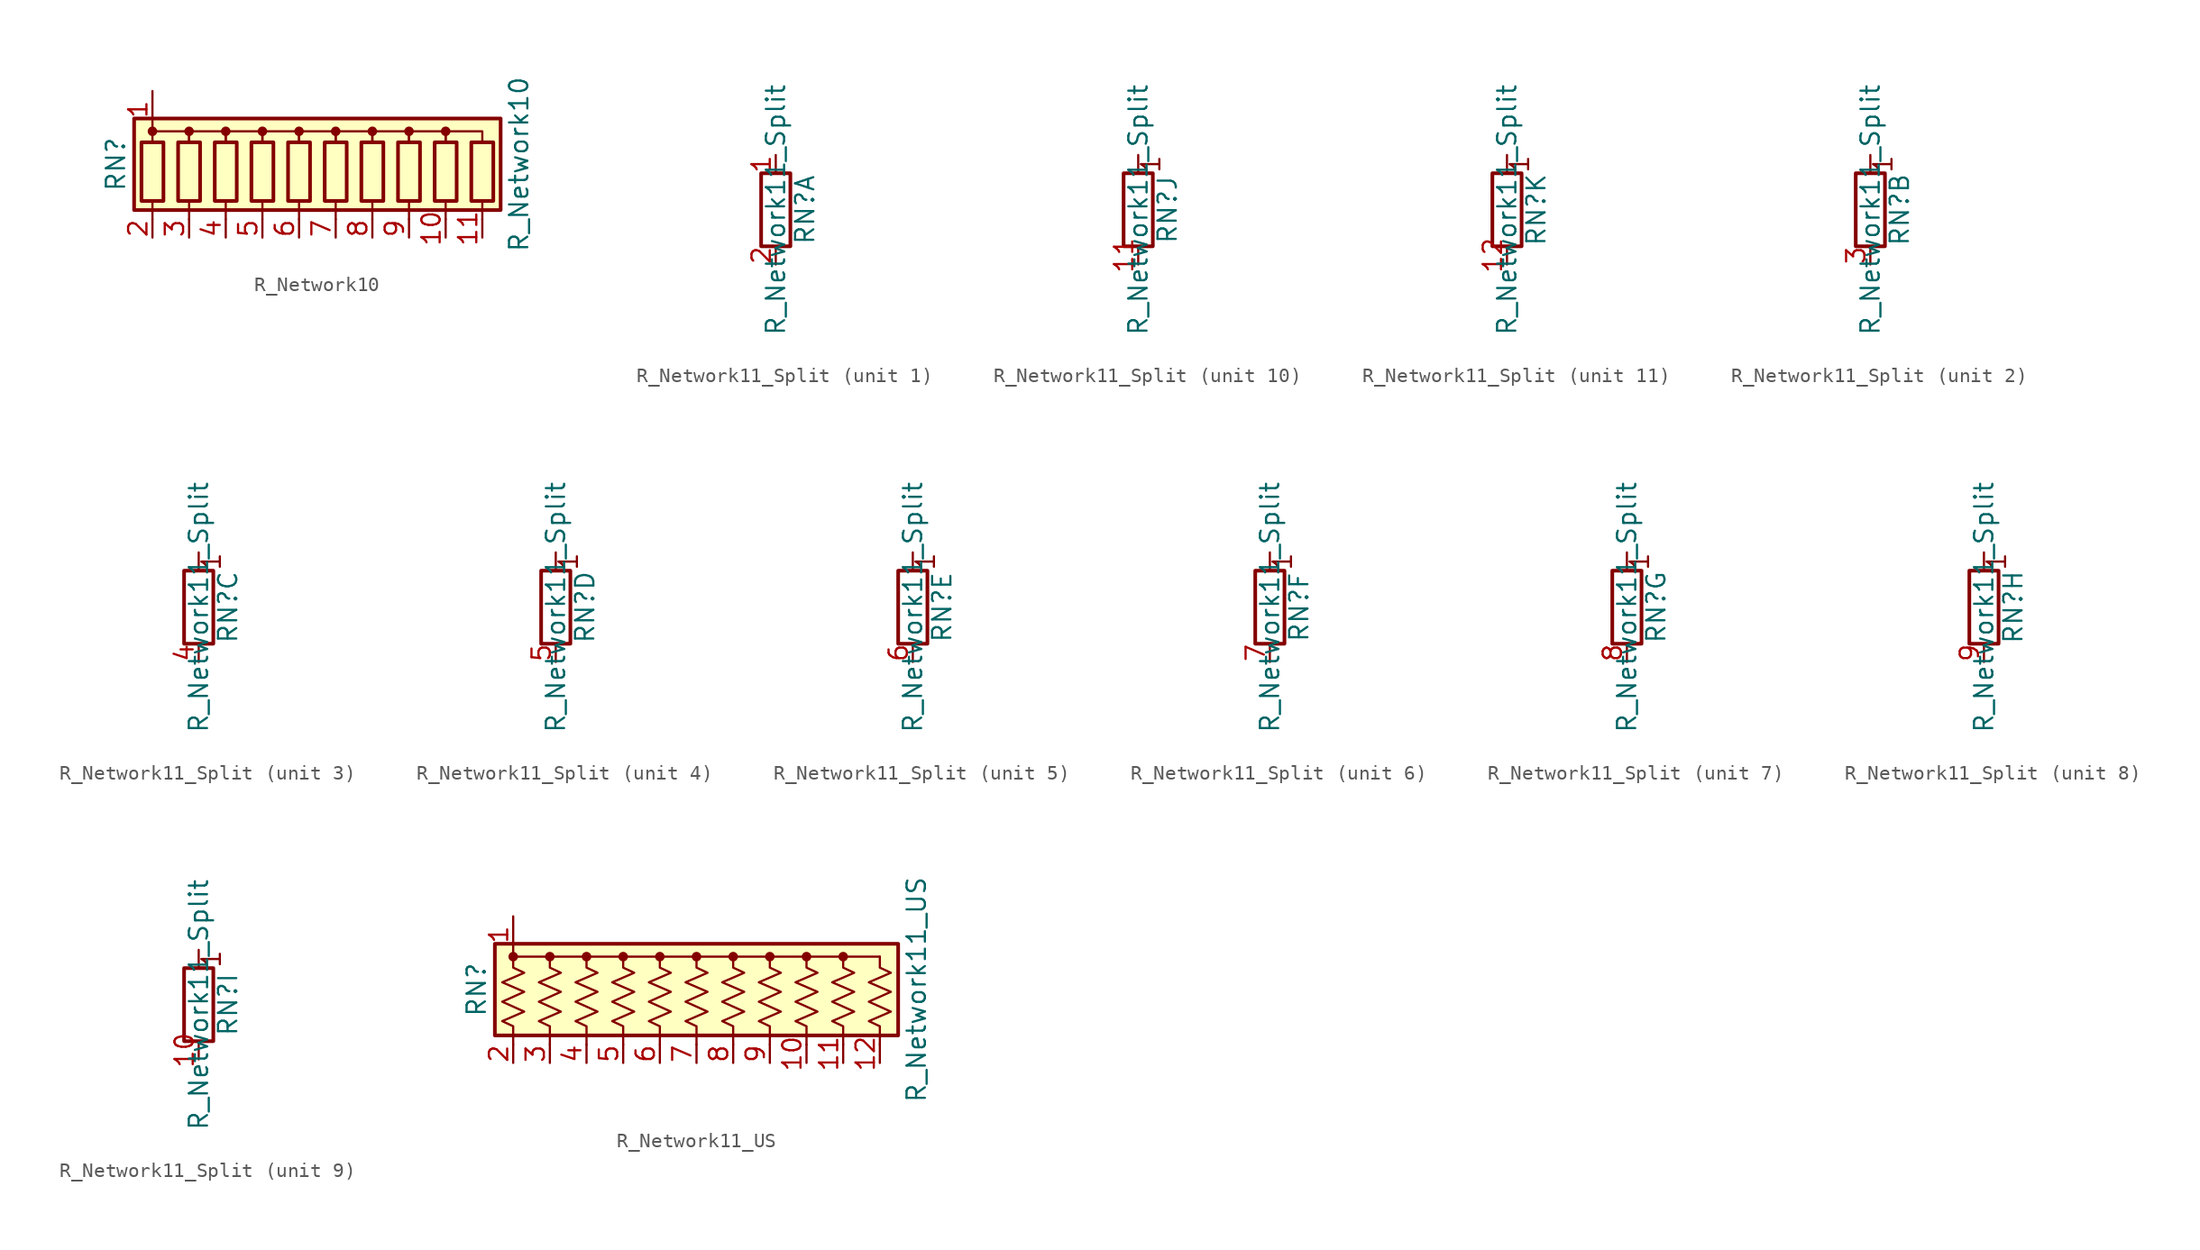
<source format=kicad_sym>
(kicad_symbol_lib
  (version 20211014)
  (generator kicad_symbol_editor)
  (symbol "R_Network10"
    (pin_names
      (offset 0) hide)
    (property "Reference" "RN"
      (at -15.24 0 90)
      (effects (font (size 1.27 1.27))))
    (property "Value" "R_Network10"
      (at 12.7 0 90)
      (effects (font (size 1.27 1.27))))
    (symbol "R_Network10_0_1"
      (rectangle (start -13.97 -3.175) (end 11.43 3.175) (stroke (width 0.254) (type default) (color 0 0 0 0)) (fill (type background)))
      (rectangle (start -13.462 1.524) (end -11.938 -2.54) (stroke (width 0.254) (type default) (color 0 0 0 0)) (fill (type none)))
      (circle (center -12.7 2.286) (radius 0.254) (stroke (width 0) (type default) (color 0 0 0 0)) (fill (type outline)))
      (rectangle (start -10.922 1.524) (end -9.398 -2.54) (stroke (width 0.254) (type default) (color 0 0 0 0)) (fill (type none)))
      (circle (center -10.16 2.286) (radius 0.254) (stroke (width 0) (type default) (color 0 0 0 0)) (fill (type outline)))
      (rectangle (start -8.382 1.524) (end -6.858 -2.54) (stroke (width 0.254) (type default) (color 0 0 0 0)) (fill (type none)))
      (circle (center -7.62 2.286) (radius 0.254) (stroke (width 0) (type default) (color 0 0 0 0)) (fill (type outline)))
      (rectangle (start -5.842 1.524) (end -4.318 -2.54) (stroke (width 0.254) (type default) (color 0 0 0 0)) (fill (type none)))
      (circle (center -5.08 2.286) (radius 0.254) (stroke (width 0) (type default) (color 0 0 0 0)) (fill (type outline)))
      (rectangle (start -3.302 1.524) (end -1.778 -2.54) (stroke (width 0.254) (type default) (color 0 0 0 0)) (fill (type none)))
      (circle (center -2.54 2.286) (radius 0.254) (stroke (width 0) (type default) (color 0 0 0 0)) (fill (type outline)))
      (rectangle (start -0.762 1.524) (end 0.762 -2.54) (stroke (width 0.254) (type default) (color 0 0 0 0)) (fill (type none)))
      (polyline (pts (xy -12.7 -2.54) (xy -12.7 -3.81)) (stroke (width 0) (type default) (color 0 0 0 0)) (fill (type none)))
      (polyline (pts (xy -10.16 -2.54) (xy -10.16 -3.81)) (stroke (width 0) (type default) (color 0 0 0 0)) (fill (type none)))
      (polyline (pts (xy -7.62 -2.54) (xy -7.62 -3.81)) (stroke (width 0) (type default) (color 0 0 0 0)) (fill (type none)))
      (polyline (pts (xy -5.08 -2.54) (xy -5.08 -3.81)) (stroke (width 0) (type default) (color 0 0 0 0)) (fill (type none)))
      (polyline (pts (xy -2.54 -2.54) (xy -2.54 -3.81)) (stroke (width 0) (type default) (color 0 0 0 0)) (fill (type none)))
      (polyline (pts (xy 0 -2.54) (xy 0 -3.81)) (stroke (width 0) (type default) (color 0 0 0 0)) (fill (type none)))
      (polyline (pts (xy 2.54 -2.54) (xy 2.54 -3.81)) (stroke (width 0) (type default) (color 0 0 0 0)) (fill (type none)))
      (polyline (pts (xy 5.08 -2.54) (xy 5.08 -3.81)) (stroke (width 0) (type default) (color 0 0 0 0)) (fill (type none)))
      (polyline (pts (xy 7.62 -2.54) (xy 7.62 -3.81)) (stroke (width 0) (type default) (color 0 0 0 0)) (fill (type none)))
      (polyline (pts (xy 10.16 -2.54) (xy 10.16 -3.81)) (stroke (width 0) (type default) (color 0 0 0 0)) (fill (type none)))
      (polyline (pts (xy -12.7 1.524) (xy -12.7 2.286) (xy -10.16 2.286) (xy -10.16 1.524)) (stroke (width 0) (type default) (color 0 0 0 0)) (fill (type none)))
      (polyline (pts (xy -10.16 1.524) (xy -10.16 2.286) (xy -7.62 2.286) (xy -7.62 1.524)) (stroke (width 0) (type default) (color 0 0 0 0)) (fill (type none)))
      (polyline (pts (xy -7.62 1.524) (xy -7.62 2.286) (xy -5.08 2.286) (xy -5.08 1.524)) (stroke (width 0) (type default) (color 0 0 0 0)) (fill (type none)))
      (polyline (pts (xy -5.08 1.524) (xy -5.08 2.286) (xy -2.54 2.286) (xy -2.54 1.524)) (stroke (width 0) (type default) (color 0 0 0 0)) (fill (type none)))
      (polyline (pts (xy -2.54 1.524) (xy -2.54 2.286) (xy 0 2.286) (xy 0 1.524)) (stroke (width 0) (type default) (color 0 0 0 0)) (fill (type none)))
      (polyline (pts (xy 0 1.524) (xy 0 2.286) (xy 2.54 2.286) (xy 2.54 1.524)) (stroke (width 0) (type default) (color 0 0 0 0)) (fill (type none)))
      (polyline (pts (xy 2.54 1.524) (xy 2.54 2.286) (xy 5.08 2.286) (xy 5.08 1.524)) (stroke (width 0) (type default) (color 0 0 0 0)) (fill (type none)))
      (polyline (pts (xy 5.08 1.524) (xy 5.08 2.286) (xy 7.62 2.286) (xy 7.62 1.524)) (stroke (width 0) (type default) (color 0 0 0 0)) (fill (type none)))
      (polyline (pts (xy 7.62 1.524) (xy 7.62 2.286) (xy 10.16 2.286) (xy 10.16 1.524)) (stroke (width 0) (type default) (color 0 0 0 0)) (fill (type none)))
      (circle (center 0 2.286) (radius 0.254) (stroke (width 0) (type default) (color 0 0 0 0)) (fill (type outline)))
      (rectangle (start 1.778 1.524) (end 3.302 -2.54) (stroke (width 0.254) (type default) (color 0 0 0 0)) (fill (type none)))
      (circle (center 2.54 2.286) (radius 0.254) (stroke (width 0) (type default) (color 0 0 0 0)) (fill (type outline)))
      (rectangle (start 4.318 1.524) (end 5.842 -2.54) (stroke (width 0.254) (type default) (color 0 0 0 0)) (fill (type none)))
      (circle (center 5.08 2.286) (radius 0.254) (stroke (width 0) (type default) (color 0 0 0 0)) (fill (type outline)))
      (rectangle (start 6.858 1.524) (end 8.382 -2.54) (stroke (width 0.254) (type default) (color 0 0 0 0)) (fill (type none)))
      (circle (center 7.62 2.286) (radius 0.254) (stroke (width 0) (type default) (color 0 0 0 0)) (fill (type outline)))
      (rectangle (start 9.398 1.524) (end 10.922 -2.54) (stroke (width 0.254) (type default) (color 0 0 0 0)) (fill (type none))))
    (symbol "R_Network10_1_1"
      (pin passive line (at -12.7 5.08 270) (length 2.54) (name "common" (effects (font (size 1.27 1.27)))) (number "1" (effects (font (size 1.27 1.27)))))
      (pin passive line (at 7.62 -5.08 90) (length 1.27) (name "R9" (effects (font (size 1.27 1.27)))) (number "10" (effects (font (size 1.27 1.27)))))
      (pin passive line (at 10.16 -5.08 90) (length 1.27) (name "R10" (effects (font (size 1.27 1.27)))) (number "11" (effects (font (size 1.27 1.27)))))
      (pin passive line (at -12.7 -5.08 90) (length 1.27) (name "R1" (effects (font (size 1.27 1.27)))) (number "2" (effects (font (size 1.27 1.27)))))
      (pin passive line (at -10.16 -5.08 90) (length 1.27) (name "R2" (effects (font (size 1.27 1.27)))) (number "3" (effects (font (size 1.27 1.27)))))
      (pin passive line (at -7.62 -5.08 90) (length 1.27) (name "R3" (effects (font (size 1.27 1.27)))) (number "4" (effects (font (size 1.27 1.27)))))
      (pin passive line (at -5.08 -5.08 90) (length 1.27) (name "R4" (effects (font (size 1.27 1.27)))) (number "5" (effects (font (size 1.27 1.27)))))
      (pin passive line (at -2.54 -5.08 90) (length 1.27) (name "R5" (effects (font (size 1.27 1.27)))) (number "6" (effects (font (size 1.27 1.27)))))
      (pin passive line (at 0 -5.08 90) (length 1.27) (name "R6" (effects (font (size 1.27 1.27)))) (number "7" (effects (font (size 1.27 1.27)))))
      (pin passive line (at 2.54 -5.08 90) (length 1.27) (name "R7" (effects (font (size 1.27 1.27)))) (number "8" (effects (font (size 1.27 1.27)))))
      (pin passive line (at 5.08 -5.08 90) (length 1.27) (name "R8" (effects (font (size 1.27 1.27)))) (number "9" (effects (font (size 1.27 1.27)))))))
  (symbol "R_Network11_Split"
    (pin_names
      (offset 0) hide)
    (property "Reference" "RN"
      (at 2.032 0 90)
      (effects (font (size 1.27 1.27))))
    (property "Value" "R_Network11_Split"
      (at 0 0 90)
      (effects (font (size 1.27 1.27))))
    (symbol "R_Network11_Split_0_1"
      (rectangle (start 1.016 2.54) (end -1.016 -2.54) (stroke (width 0.254) (type default) (color 0 0 0 0)) (fill (type none))))
    (symbol "R_Network11_Split_1_1"
      (pin passive line (at 0 3.81 270) (length 1.27) (name "R1.1" (effects (font (size 1.27 1.27)))) (number "1" (effects (font (size 1.27 1.27)))))
      (pin passive line (at 0 -3.81 90) (length 1.27) (name "R1.2" (effects (font (size 1.27 1.27)))) (number "2" (effects (font (size 1.27 1.27))))))
    (symbol "R_Network11_Split_2_1"
      (polyline (pts (xy 0 2.54) (xy 0 3.81)) (stroke (width 0) (type default) (color 0 0 0 0)) (fill (type none)))
      (text "1" (at 0.889 3.175 900) (effects (font (size 1.27 1.27))))
      (pin passive line (at 0 -3.81 90) (length 1.27) (name "R2.2" (effects (font (size 1.27 1.27)))) (number "3" (effects (font (size 1.27 1.27))))))
    (symbol "R_Network11_Split_3_1"
      (polyline (pts (xy 0 2.54) (xy 0 3.81)) (stroke (width 0) (type default) (color 0 0 0 0)) (fill (type none)))
      (text "1" (at 0.889 3.175 900) (effects (font (size 1.27 1.27))))
      (pin passive line (at 0 -3.81 90) (length 1.27) (name "R3.2" (effects (font (size 1.27 1.27)))) (number "4" (effects (font (size 1.27 1.27))))))
    (symbol "R_Network11_Split_4_1"
      (polyline (pts (xy 0 2.54) (xy 0 3.81)) (stroke (width 0) (type default) (color 0 0 0 0)) (fill (type none)))
      (text "1" (at 0.889 3.175 900) (effects (font (size 1.27 1.27))))
      (pin passive line (at 0 -3.81 90) (length 1.27) (name "R4.2" (effects (font (size 1.27 1.27)))) (number "5" (effects (font (size 1.27 1.27))))))
    (symbol "R_Network11_Split_5_1"
      (polyline (pts (xy 0 2.54) (xy 0 3.81)) (stroke (width 0) (type default) (color 0 0 0 0)) (fill (type none)))
      (text "1" (at 0.889 3.175 900) (effects (font (size 1.27 1.27))))
      (pin passive line (at 0 -3.81 90) (length 1.27) (name "R5.2" (effects (font (size 1.27 1.27)))) (number "6" (effects (font (size 1.27 1.27))))))
    (symbol "R_Network11_Split_6_1"
      (polyline (pts (xy 0 2.54) (xy 0 3.81)) (stroke (width 0) (type default) (color 0 0 0 0)) (fill (type none)))
      (text "1" (at 0.889 3.175 900) (effects (font (size 1.27 1.27))))
      (pin passive line (at 0 -3.81 90) (length 1.27) (name "R6.2" (effects (font (size 1.27 1.27)))) (number "7" (effects (font (size 1.27 1.27))))))
    (symbol "R_Network11_Split_7_1"
      (polyline (pts (xy 0 2.54) (xy 0 3.81)) (stroke (width 0) (type default) (color 0 0 0 0)) (fill (type none)))
      (text "1" (at 0.889 3.175 900) (effects (font (size 1.27 1.27))))
      (pin passive line (at 0 -3.81 90) (length 1.27) (name "R7.2" (effects (font (size 1.27 1.27)))) (number "8" (effects (font (size 1.27 1.27))))))
    (symbol "R_Network11_Split_8_1"
      (polyline (pts (xy 0 2.54) (xy 0 3.81)) (stroke (width 0) (type default) (color 0 0 0 0)) (fill (type none)))
      (text "1" (at 0.889 3.175 900) (effects (font (size 1.27 1.27))))
      (pin passive line (at 0 -3.81 90) (length 1.27) (name "R8.2" (effects (font (size 1.27 1.27)))) (number "9" (effects (font (size 1.27 1.27))))))
    (symbol "R_Network11_Split_9_1"
      (polyline (pts (xy 0 2.54) (xy 0 3.81)) (stroke (width 0) (type default) (color 0 0 0 0)) (fill (type none)))
      (text "1" (at 0.889 3.175 900) (effects (font (size 1.27 1.27))))
      (pin passive line (at 0 -3.81 90) (length 1.27) (name "R9.2" (effects (font (size 1.27 1.27)))) (number "10" (effects (font (size 1.27 1.27))))))
    (symbol "R_Network11_Split_10_1"
      (polyline (pts (xy 0 2.54) (xy 0 3.81)) (stroke (width 0) (type default) (color 0 0 0 0)) (fill (type none)))
      (text "1" (at 0.889 3.175 900) (effects (font (size 1.27 1.27))))
      (pin passive line (at 0 -3.81 90) (length 1.27) (name "R10.2" (effects (font (size 1.27 1.27)))) (number "11" (effects (font (size 1.27 1.27))))))
    (symbol "R_Network11_Split_11_1"
      (polyline (pts (xy 0 2.54) (xy 0 3.81)) (stroke (width 0) (type default) (color 0 0 0 0)) (fill (type none)))
      (text "1" (at 0.889 3.175 900) (effects (font (size 1.27 1.27))))
      (pin passive line (at 0 -3.81 90) (length 1.27) (name "R11.2" (effects (font (size 1.27 1.27)))) (number "12" (effects (font (size 1.27 1.27)))))))
  (symbol "R_Network11_US"
    (pin_names
      (offset 0) hide)
    (property "Reference" "RN"
      (at -15.24 0 90)
      (effects (font (size 1.27 1.27))))
    (property "Value" "R_Network11_US"
      (at 15.24 0 90)
      (effects (font (size 1.27 1.27))))
    (symbol "R_Network11_US_0_1"
      (rectangle (start -13.97 -3.175) (end 13.97 3.175) (stroke (width 0.254) (type default) (color 0 0 0 0)) (fill (type background)))
      (circle (center -12.7 2.286) (radius 0.254) (stroke (width 0) (type default) (color 0 0 0 0)) (fill (type outline)))
      (circle (center -10.16 2.286) (radius 0.254) (stroke (width 0) (type default) (color 0 0 0 0)) (fill (type outline)))
      (circle (center -7.62 2.286) (radius 0.254) (stroke (width 0) (type default) (color 0 0 0 0)) (fill (type outline)))
      (circle (center -5.08 2.286) (radius 0.254) (stroke (width 0) (type default) (color 0 0 0 0)) (fill (type outline)))
      (circle (center -2.54 2.286) (radius 0.254) (stroke (width 0) (type default) (color 0 0 0 0)) (fill (type outline)))
      (polyline (pts (xy -12.7 2.286) (xy 12.7 2.286)) (stroke (width 0) (type default) (color 0 0 0 0)) (fill (type none)))
      (polyline (pts (xy -12.7 2.286) (xy -12.7 1.524) (xy -11.938 1.168) (xy -13.462 0.508) (xy -11.938 -0.152) (xy -13.462 -0.838) (xy -11.938 -1.524) (xy -13.462 -2.184) (xy -12.7 -2.54) (xy -12.7 -3.81)) (stroke (width 0) (type default) (color 0 0 0 0)) (fill (type none)))
      (polyline (pts (xy -10.16 2.286) (xy -10.16 1.524) (xy -9.398 1.168) (xy -10.922 0.508) (xy -9.398 -0.152) (xy -10.922 -0.838) (xy -9.398 -1.524) (xy -10.922 -2.184) (xy -10.16 -2.54) (xy -10.16 -3.81)) (stroke (width 0) (type default) (color 0 0 0 0)) (fill (type none)))
      (polyline (pts (xy -7.62 2.286) (xy -7.62 1.524) (xy -6.858 1.168) (xy -8.382 0.508) (xy -6.858 -0.152) (xy -8.382 -0.838) (xy -6.858 -1.524) (xy -8.382 -2.184) (xy -7.62 -2.54) (xy -7.62 -3.81)) (stroke (width 0) (type default) (color 0 0 0 0)) (fill (type none)))
      (polyline (pts (xy -5.08 2.286) (xy -5.08 1.524) (xy -4.318 1.168) (xy -5.842 0.508) (xy -4.318 -0.152) (xy -5.842 -0.838) (xy -4.318 -1.524) (xy -5.842 -2.184) (xy -5.08 -2.54) (xy -5.08 -3.81)) (stroke (width 0) (type default) (color 0 0 0 0)) (fill (type none)))
      (polyline (pts (xy -2.54 2.286) (xy -2.54 1.524) (xy -1.778 1.168) (xy -3.302 0.508) (xy -1.778 -0.152) (xy -3.302 -0.838) (xy -1.778 -1.524) (xy -3.302 -2.184) (xy -2.54 -2.54) (xy -2.54 -3.81)) (stroke (width 0) (type default) (color 0 0 0 0)) (fill (type none)))
      (polyline (pts (xy 0 2.286) (xy 0 1.524) (xy 0.762 1.168) (xy -0.762 0.508) (xy 0.762 -0.152) (xy -0.762 -0.838) (xy 0.762 -1.524) (xy -0.762 -2.184) (xy 0 -2.54) (xy 0 -3.81)) (stroke (width 0) (type default) (color 0 0 0 0)) (fill (type none)))
      (polyline (pts (xy 2.54 2.286) (xy 2.54 1.524) (xy 3.302 1.168) (xy 1.778 0.508) (xy 3.302 -0.152) (xy 1.778 -0.838) (xy 3.302 -1.524) (xy 1.778 -2.184) (xy 2.54 -2.54) (xy 2.54 -3.81)) (stroke (width 0) (type default) (color 0 0 0 0)) (fill (type none)))
      (polyline (pts (xy 5.08 2.286) (xy 5.08 1.524) (xy 5.842 1.168) (xy 4.318 0.508) (xy 5.842 -0.152) (xy 4.318 -0.838) (xy 5.842 -1.524) (xy 4.318 -2.184) (xy 5.08 -2.54) (xy 5.08 -3.81)) (stroke (width 0) (type default) (color 0 0 0 0)) (fill (type none)))
      (polyline (pts (xy 7.62 2.286) (xy 7.62 1.524) (xy 8.382 1.168) (xy 6.858 0.508) (xy 8.382 -0.152) (xy 6.858 -0.838) (xy 8.382 -1.524) (xy 6.858 -2.184) (xy 7.62 -2.54) (xy 7.62 -3.81)) (stroke (width 0) (type default) (color 0 0 0 0)) (fill (type none)))
      (polyline (pts (xy 10.16 2.286) (xy 10.16 1.524) (xy 10.922 1.168) (xy 9.398 0.508) (xy 10.922 -0.152) (xy 9.398 -0.838) (xy 10.922 -1.524) (xy 9.398 -2.184) (xy 10.16 -2.54) (xy 10.16 -3.81)) (stroke (width 0) (type default) (color 0 0 0 0)) (fill (type none)))
      (polyline (pts (xy 12.7 2.286) (xy 12.7 1.524) (xy 13.462 1.168) (xy 11.938 0.508) (xy 13.462 -0.152) (xy 11.938 -0.838) (xy 13.462 -1.524) (xy 11.938 -2.184) (xy 12.7 -2.54) (xy 12.7 -3.81)) (stroke (width 0) (type default) (color 0 0 0 0)) (fill (type none)))
      (circle (center 0 2.286) (radius 0.254) (stroke (width 0) (type default) (color 0 0 0 0)) (fill (type outline)))
      (circle (center 2.54 2.286) (radius 0.254) (stroke (width 0) (type default) (color 0 0 0 0)) (fill (type outline)))
      (circle (center 5.08 2.286) (radius 0.254) (stroke (width 0) (type default) (color 0 0 0 0)) (fill (type outline)))
      (circle (center 7.62 2.286) (radius 0.254) (stroke (width 0) (type default) (color 0 0 0 0)) (fill (type outline)))
      (circle (center 10.16 2.286) (radius 0.254) (stroke (width 0) (type default) (color 0 0 0 0)) (fill (type outline))))
    (symbol "R_Network11_US_1_1"
      (pin passive line (at -12.7 5.08 270) (length 2.54) (name "common" (effects (font (size 1.27 1.27)))) (number "1" (effects (font (size 1.27 1.27)))))
      (pin passive line (at 7.62 -5.08 90) (length 1.27) (name "R9" (effects (font (size 1.27 1.27)))) (number "10" (effects (font (size 1.27 1.27)))))
      (pin passive line (at 10.16 -5.08 90) (length 1.27) (name "R10" (effects (font (size 1.27 1.27)))) (number "11" (effects (font (size 1.27 1.27)))))
      (pin passive line (at 12.7 -5.08 90) (length 1.27) (name "R11" (effects (font (size 1.27 1.27)))) (number "12" (effects (font (size 1.27 1.27)))))
      (pin passive line (at -12.7 -5.08 90) (length 1.27) (name "R1" (effects (font (size 1.27 1.27)))) (number "2" (effects (font (size 1.27 1.27)))))
      (pin passive line (at -10.16 -5.08 90) (length 1.27) (name "R2" (effects (font (size 1.27 1.27)))) (number "3" (effects (font (size 1.27 1.27)))))
      (pin passive line (at -7.62 -5.08 90) (length 1.27) (name "R3" (effects (font (size 1.27 1.27)))) (number "4" (effects (font (size 1.27 1.27)))))
      (pin passive line (at -5.08 -5.08 90) (length 1.27) (name "R4" (effects (font (size 1.27 1.27)))) (number "5" (effects (font (size 1.27 1.27)))))
      (pin passive line (at -2.54 -5.08 90) (length 1.27) (name "R5" (effects (font (size 1.27 1.27)))) (number "6" (effects (font (size 1.27 1.27)))))
      (pin passive line (at 0 -5.08 90) (length 1.27) (name "R6" (effects (font (size 1.27 1.27)))) (number "7" (effects (font (size 1.27 1.27)))))
      (pin passive line (at 2.54 -5.08 90) (length 1.27) (name "R7" (effects (font (size 1.27 1.27)))) (number "8" (effects (font (size 1.27 1.27)))))
      (pin passive line (at 5.08 -5.08 90) (length 1.27) (name "R8" (effects (font (size 1.27 1.27)))) (number "9" (effects (font (size 1.27 1.27))))))))
</source>
